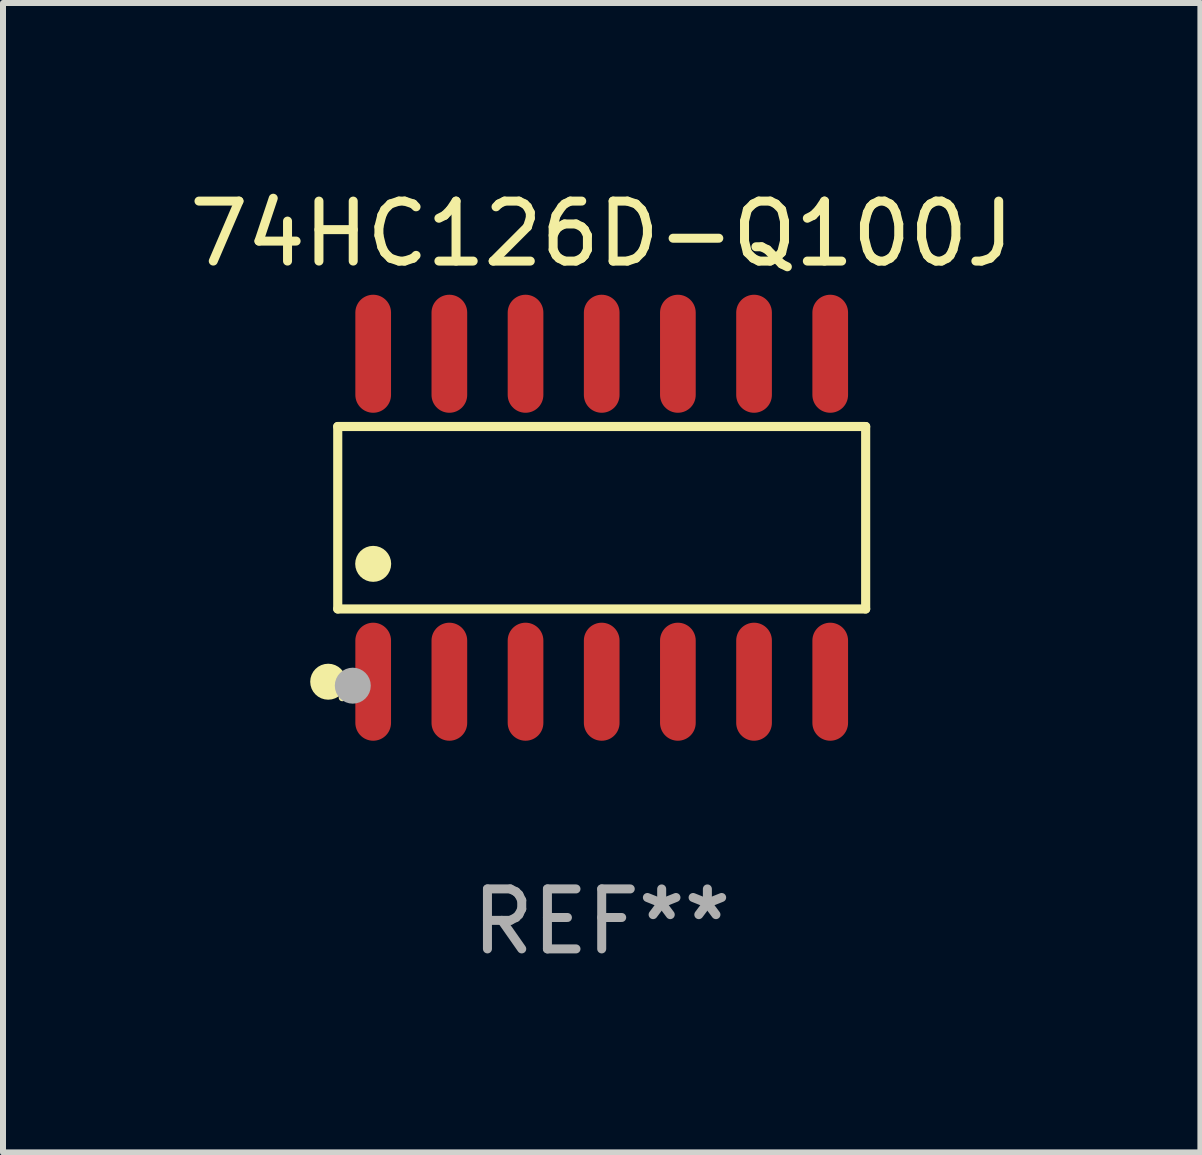
<source format=kicad_pcb>
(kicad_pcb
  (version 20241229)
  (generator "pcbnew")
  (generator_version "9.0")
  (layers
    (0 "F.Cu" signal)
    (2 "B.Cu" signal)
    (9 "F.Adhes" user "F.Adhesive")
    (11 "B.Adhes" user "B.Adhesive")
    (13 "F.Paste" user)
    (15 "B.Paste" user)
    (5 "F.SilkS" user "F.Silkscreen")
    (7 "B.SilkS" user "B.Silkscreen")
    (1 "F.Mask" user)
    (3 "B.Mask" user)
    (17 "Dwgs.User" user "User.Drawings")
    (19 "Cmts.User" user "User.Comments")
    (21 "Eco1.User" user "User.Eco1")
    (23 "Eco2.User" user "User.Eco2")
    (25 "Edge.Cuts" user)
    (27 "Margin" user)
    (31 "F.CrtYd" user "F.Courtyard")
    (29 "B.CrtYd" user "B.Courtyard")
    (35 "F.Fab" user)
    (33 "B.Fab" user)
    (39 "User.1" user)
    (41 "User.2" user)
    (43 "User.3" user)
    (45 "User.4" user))
  (footprint "74HC126D-Q100J"
    (layer "F.Cu")
    (at 6.982 5.582)
    (property "Reference" "74HC126D-Q100J" (at 0 -4.734 0) (layer "F.SilkS") (effects (font (size 1 1) (thickness 0.15))))
    (attr through_hole)
    (fp_line (start -4.401 -1.521) (end 4.401 -1.521) (stroke (width 0.152) (type solid)) (layer "F.SilkS"))
    (fp_line (start -4.401 1.521) (end -4.401 -1.521) (stroke (width 0.152) (type solid)) (layer "F.SilkS"))
    (fp_line (start 4.401 -1.521) (end 4.401 1.521) (stroke (width 0.152) (type solid)) (layer "F.SilkS"))
    (fp_line (start 4.401 1.521) (end -4.401 1.521) (stroke (width 0.152) (type solid)) (layer "F.SilkS"))
    (fp_circle (center -4.56 2.734) (end -4.41 2.734) (stroke (width 0.3) (type solid)) (fill no) (layer "F.SilkS"))
    (fp_circle (center -4.325 3) (end -4.295 3) (stroke (width 0.06) (type solid)) (fill no) (layer "F.SilkS"))
    (fp_circle (center -3.81 0.769) (end -3.66 0.769) (stroke (width 0.3) (type solid)) (fill no) (layer "F.SilkS"))
    (fp_circle (center -4.15 2.8) (end -4 2.8) (stroke (width 0.3) (type solid)) (fill no) (layer "F.Fab"))
    (fp_text user "REF**" (at 0 6.734 0) (layer "F.Fab") (effects (font (size 1 1) (thickness 0.15))))
    (pad "1" smd oval (at -3.81 2.734) (size 0.595 1.968) (layers "F.Cu" "F.Mask" "F.Paste"))
    (pad "2" smd oval (at -2.54 2.734) (size 0.595 1.968) (layers "F.Cu" "F.Mask" "F.Paste"))
    (pad "3" smd oval (at -1.27 2.734) (size 0.595 1.968) (layers "F.Cu" "F.Mask" "F.Paste"))
    (pad "4" smd oval (at 0 2.734) (size 0.595 1.968) (layers "F.Cu" "F.Mask" "F.Paste"))
    (pad "5" smd oval (at 1.27 2.734) (size 0.595 1.968) (layers "F.Cu" "F.Mask" "F.Paste"))
    (pad "6" smd oval (at 2.54 2.734) (size 0.595 1.968) (layers "F.Cu" "F.Mask" "F.Paste"))
    (pad "7" smd oval (at 3.81 2.734) (size 0.595 1.968) (layers "F.Cu" "F.Mask" "F.Paste"))
    (pad "8" smd oval (at 3.81 -2.734) (size 0.595 1.968) (layers "F.Cu" "F.Mask" "F.Paste"))
    (pad "9" smd oval (at 2.54 -2.734) (size 0.595 1.968) (layers "F.Cu" "F.Mask" "F.Paste"))
    (pad "10" smd oval (at 1.27 -2.734) (size 0.595 1.968) (layers "F.Cu" "F.Mask" "F.Paste"))
    (pad "11" smd oval (at 0 -2.734) (size 0.595 1.968) (layers "F.Cu" "F.Mask" "F.Paste"))
    (pad "12" smd oval (at -1.27 -2.734) (size 0.595 1.968) (layers "F.Cu" "F.Mask" "F.Paste"))
    (pad "13" smd oval (at -2.54 -2.734) (size 0.595 1.968) (layers "F.Cu" "F.Mask" "F.Paste"))
    (pad "14" smd oval (at -3.81 -2.734) (size 0.595 1.968) (layers "F.Cu" "F.Mask" "F.Paste")))
  (gr_rect
    (start -3 -3)
    (end 16.964 16.164)
    (stroke (width 0.1) (type default))
    (fill no)
    (layer "Edge.Cuts")))
</source>
